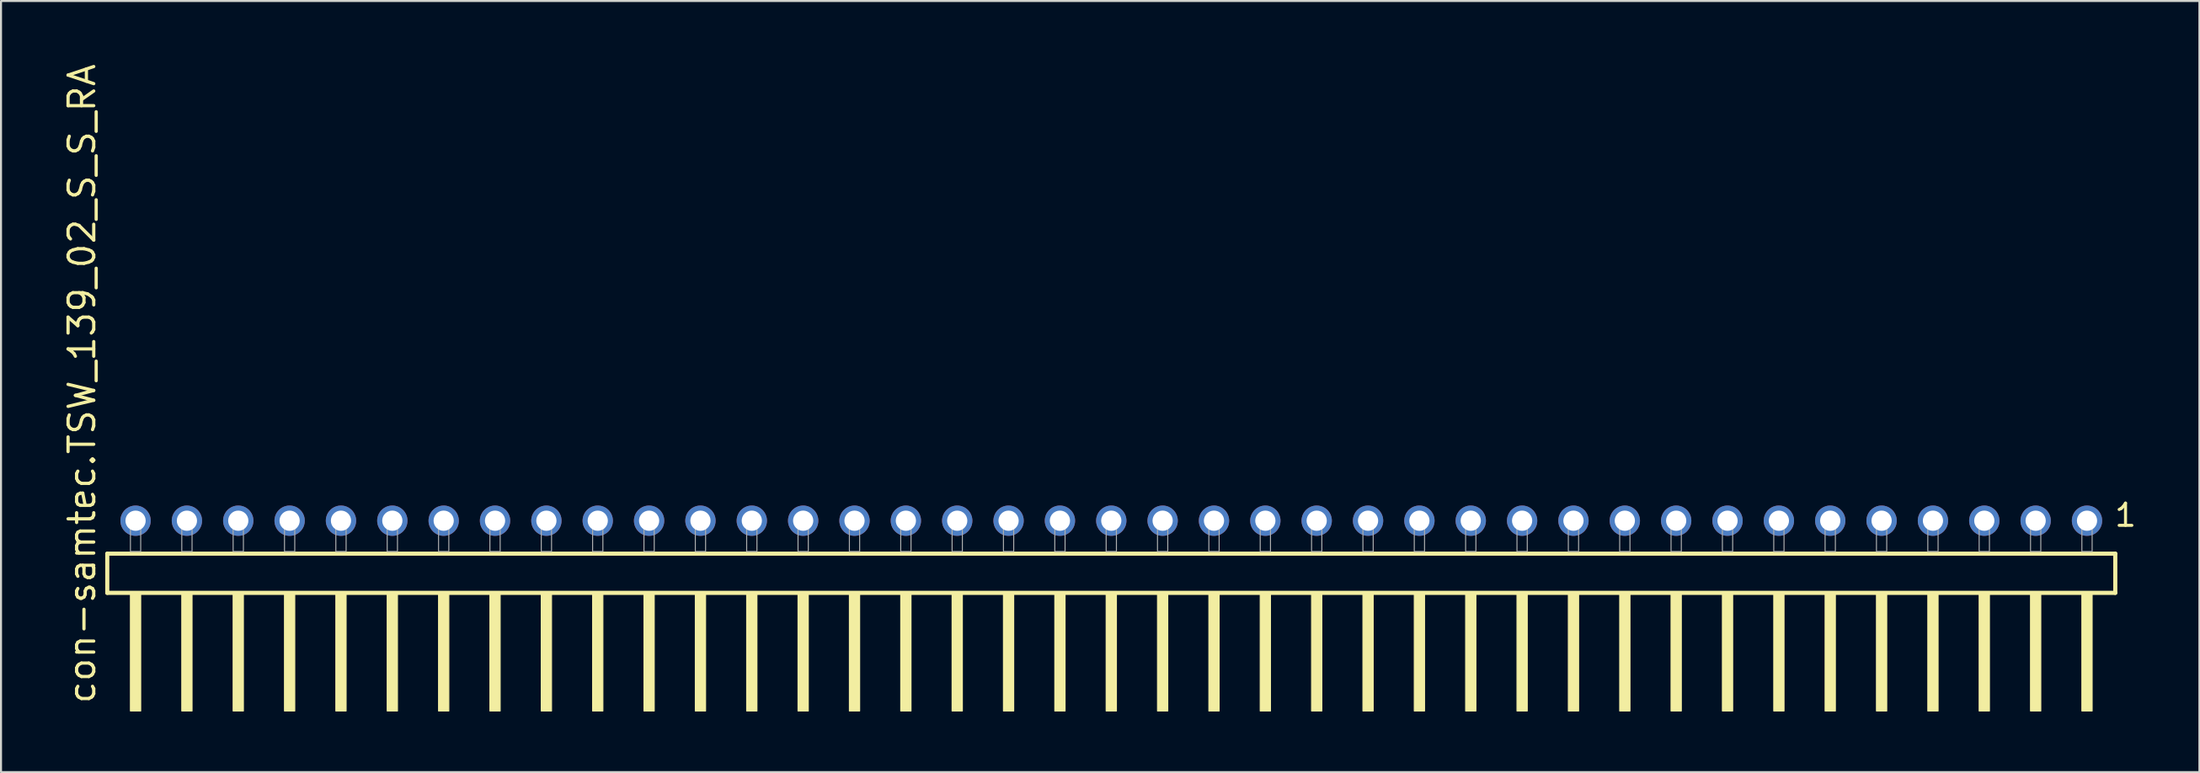
<source format=kicad_pcb>
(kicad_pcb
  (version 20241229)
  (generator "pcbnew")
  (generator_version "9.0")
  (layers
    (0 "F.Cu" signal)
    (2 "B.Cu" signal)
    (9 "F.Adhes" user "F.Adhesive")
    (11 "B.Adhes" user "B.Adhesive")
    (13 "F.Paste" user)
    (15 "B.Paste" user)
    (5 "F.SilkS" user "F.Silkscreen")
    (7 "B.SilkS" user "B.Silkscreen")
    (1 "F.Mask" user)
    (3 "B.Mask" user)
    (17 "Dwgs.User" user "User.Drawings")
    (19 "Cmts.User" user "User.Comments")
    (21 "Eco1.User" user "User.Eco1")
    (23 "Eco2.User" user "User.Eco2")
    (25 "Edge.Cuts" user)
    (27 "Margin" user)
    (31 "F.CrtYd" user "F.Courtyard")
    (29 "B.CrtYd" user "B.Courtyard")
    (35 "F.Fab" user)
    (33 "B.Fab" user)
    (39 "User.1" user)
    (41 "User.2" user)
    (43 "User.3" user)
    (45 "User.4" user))
  (footprint "con-samtec.TSW_139_02_S_S_RA"
    (layer "F.Cu")
    (at 51.915 24.235)
    (property "Reference" "con-samtec.TSW_139_02_S_S_RA" (at -50.165 7.62 90) (layer "F.SilkS") (effects (font (size 1.27 1.27) (thickness 0.16)) (justify left bottom)))
    (attr through_hole)
    (fp_line (start -49.659 0.106) (end -49.659 2.046) (stroke (width 0.203) (type default)) (layer "F.SilkS"))
    (fp_line (start -49.659 2.046) (end 49.659 2.046) (stroke (width 0.203) (type default)) (layer "F.SilkS"))
    (fp_line (start 49.659 0.106) (end -49.659 0.106) (stroke (width 0.203) (type default)) (layer "F.SilkS"))
    (fp_line (start 49.659 2.046) (end 49.659 0.106) (stroke (width 0.203) (type default)) (layer "F.SilkS"))
    (fp_rect (start -48.514 7.89) (end -48.006 2.04) (stroke (width 0.05) (type default)) (fill yes) (layer "F.SilkS"))
    (fp_rect (start -45.974 7.89) (end -45.466 2.04) (stroke (width 0.05) (type default)) (fill yes) (layer "F.SilkS"))
    (fp_rect (start -43.434 7.89) (end -42.926 2.04) (stroke (width 0.05) (type default)) (fill yes) (layer "F.SilkS"))
    (fp_rect (start -40.894 7.89) (end -40.386 2.04) (stroke (width 0.05) (type default)) (fill yes) (layer "F.SilkS"))
    (fp_rect (start -38.354 7.89) (end -37.846 2.04) (stroke (width 0.05) (type default)) (fill yes) (layer "F.SilkS"))
    (fp_rect (start -35.814 7.89) (end -35.306 2.04) (stroke (width 0.05) (type default)) (fill yes) (layer "F.SilkS"))
    (fp_rect (start -33.274 7.89) (end -32.766 2.04) (stroke (width 0.05) (type default)) (fill yes) (layer "F.SilkS"))
    (fp_rect (start -30.734 7.89) (end -30.226 2.04) (stroke (width 0.05) (type default)) (fill yes) (layer "F.SilkS"))
    (fp_rect (start -28.194 7.89) (end -27.686 2.04) (stroke (width 0.05) (type default)) (fill yes) (layer "F.SilkS"))
    (fp_rect (start -25.654 7.89) (end -25.146 2.04) (stroke (width 0.05) (type default)) (fill yes) (layer "F.SilkS"))
    (fp_rect (start -23.114 7.89) (end -22.606 2.04) (stroke (width 0.05) (type default)) (fill yes) (layer "F.SilkS"))
    (fp_rect (start -20.574 7.89) (end -20.066 2.04) (stroke (width 0.05) (type default)) (fill yes) (layer "F.SilkS"))
    (fp_rect (start -18.034 7.89) (end -17.526 2.04) (stroke (width 0.05) (type default)) (fill yes) (layer "F.SilkS"))
    (fp_rect (start -15.494 7.89) (end -14.986 2.04) (stroke (width 0.05) (type default)) (fill yes) (layer "F.SilkS"))
    (fp_rect (start -12.954 7.89) (end -12.446 2.04) (stroke (width 0.05) (type default)) (fill yes) (layer "F.SilkS"))
    (fp_rect (start -10.414 7.89) (end -9.906 2.04) (stroke (width 0.05) (type default)) (fill yes) (layer "F.SilkS"))
    (fp_rect (start -7.874 7.89) (end -7.366 2.04) (stroke (width 0.05) (type default)) (fill yes) (layer "F.SilkS"))
    (fp_rect (start -5.334 7.89) (end -4.826 2.04) (stroke (width 0.05) (type default)) (fill yes) (layer "F.SilkS"))
    (fp_rect (start -2.794 7.89) (end -2.286 2.04) (stroke (width 0.05) (type default)) (fill yes) (layer "F.SilkS"))
    (fp_rect (start -0.254 7.89) (end 0.254 2.04) (stroke (width 0.05) (type default)) (fill yes) (layer "F.SilkS"))
    (fp_rect (start 2.286 7.89) (end 2.794 2.04) (stroke (width 0.05) (type default)) (fill yes) (layer "F.SilkS"))
    (fp_rect (start 4.826 7.89) (end 5.334 2.04) (stroke (width 0.05) (type default)) (fill yes) (layer "F.SilkS"))
    (fp_rect (start 7.366 7.89) (end 7.874 2.04) (stroke (width 0.05) (type default)) (fill yes) (layer "F.SilkS"))
    (fp_rect (start 9.906 7.89) (end 10.414 2.04) (stroke (width 0.05) (type default)) (fill yes) (layer "F.SilkS"))
    (fp_rect (start 12.446 7.89) (end 12.954 2.04) (stroke (width 0.05) (type default)) (fill yes) (layer "F.SilkS"))
    (fp_rect (start 14.986 7.89) (end 15.494 2.04) (stroke (width 0.05) (type default)) (fill yes) (layer "F.SilkS"))
    (fp_rect (start 17.526 7.89) (end 18.034 2.04) (stroke (width 0.05) (type default)) (fill yes) (layer "F.SilkS"))
    (fp_rect (start 20.066 7.89) (end 20.574 2.04) (stroke (width 0.05) (type default)) (fill yes) (layer "F.SilkS"))
    (fp_rect (start 22.606 7.89) (end 23.114 2.04) (stroke (width 0.05) (type default)) (fill yes) (layer "F.SilkS"))
    (fp_rect (start 25.146 7.89) (end 25.654 2.04) (stroke (width 0.05) (type default)) (fill yes) (layer "F.SilkS"))
    (fp_rect (start 27.686 7.89) (end 28.194 2.04) (stroke (width 0.05) (type default)) (fill yes) (layer "F.SilkS"))
    (fp_rect (start 30.226 7.89) (end 30.734 2.04) (stroke (width 0.05) (type default)) (fill yes) (layer "F.SilkS"))
    (fp_rect (start 32.766 7.89) (end 33.274 2.04) (stroke (width 0.05) (type default)) (fill yes) (layer "F.SilkS"))
    (fp_rect (start 35.306 7.89) (end 35.814 2.04) (stroke (width 0.05) (type default)) (fill yes) (layer "F.SilkS"))
    (fp_rect (start 37.846 7.89) (end 38.354 2.04) (stroke (width 0.05) (type default)) (fill yes) (layer "F.SilkS"))
    (fp_rect (start 40.386 7.89) (end 40.894 2.04) (stroke (width 0.05) (type default)) (fill yes) (layer "F.SilkS"))
    (fp_rect (start 42.926 7.89) (end 43.434 2.04) (stroke (width 0.05) (type default)) (fill yes) (layer "F.SilkS"))
    (fp_rect (start 45.466 7.89) (end 45.974 2.04) (stroke (width 0.05) (type default)) (fill yes) (layer "F.SilkS"))
    (fp_rect (start 48.006 7.89) (end 48.514 2.04) (stroke (width 0.05) (type default)) (fill yes) (layer "F.SilkS"))
    (fp_rect (start -48.514 0) (end -48.006 -1.778) (stroke (width 0.05) (type default)) (fill no) (layer "F.Fab"))
    (fp_rect (start -45.974 0) (end -45.466 -1.778) (stroke (width 0.05) (type default)) (fill no) (layer "F.Fab"))
    (fp_rect (start -43.434 0) (end -42.926 -1.778) (stroke (width 0.05) (type default)) (fill no) (layer "F.Fab"))
    (fp_rect (start -40.894 0) (end -40.386 -1.778) (stroke (width 0.05) (type default)) (fill no) (layer "F.Fab"))
    (fp_rect (start -38.354 0) (end -37.846 -1.778) (stroke (width 0.05) (type default)) (fill no) (layer "F.Fab"))
    (fp_rect (start -35.814 0) (end -35.306 -1.778) (stroke (width 0.05) (type default)) (fill no) (layer "F.Fab"))
    (fp_rect (start -33.274 0) (end -32.766 -1.778) (stroke (width 0.05) (type default)) (fill no) (layer "F.Fab"))
    (fp_rect (start -30.734 0) (end -30.226 -1.778) (stroke (width 0.05) (type default)) (fill no) (layer "F.Fab"))
    (fp_rect (start -28.194 0) (end -27.686 -1.778) (stroke (width 0.05) (type default)) (fill no) (layer "F.Fab"))
    (fp_rect (start -25.654 0) (end -25.146 -1.778) (stroke (width 0.05) (type default)) (fill no) (layer "F.Fab"))
    (fp_rect (start -23.114 0) (end -22.606 -1.778) (stroke (width 0.05) (type default)) (fill no) (layer "F.Fab"))
    (fp_rect (start -20.574 0) (end -20.066 -1.778) (stroke (width 0.05) (type default)) (fill no) (layer "F.Fab"))
    (fp_rect (start -18.034 0) (end -17.526 -1.778) (stroke (width 0.05) (type default)) (fill no) (layer "F.Fab"))
    (fp_rect (start -15.494 0) (end -14.986 -1.778) (stroke (width 0.05) (type default)) (fill no) (layer "F.Fab"))
    (fp_rect (start -12.954 0) (end -12.446 -1.778) (stroke (width 0.05) (type default)) (fill no) (layer "F.Fab"))
    (fp_rect (start -10.414 0) (end -9.906 -1.778) (stroke (width 0.05) (type default)) (fill no) (layer "F.Fab"))
    (fp_rect (start -7.874 0) (end -7.366 -1.778) (stroke (width 0.05) (type default)) (fill no) (layer "F.Fab"))
    (fp_rect (start -5.334 0) (end -4.826 -1.778) (stroke (width 0.05) (type default)) (fill no) (layer "F.Fab"))
    (fp_rect (start -2.794 0) (end -2.286 -1.778) (stroke (width 0.05) (type default)) (fill no) (layer "F.Fab"))
    (fp_rect (start -0.254 0) (end 0.254 -1.778) (stroke (width 0.05) (type default)) (fill no) (layer "F.Fab"))
    (fp_rect (start 2.286 0) (end 2.794 -1.778) (stroke (width 0.05) (type default)) (fill no) (layer "F.Fab"))
    (fp_rect (start 4.826 0) (end 5.334 -1.778) (stroke (width 0.05) (type default)) (fill no) (layer "F.Fab"))
    (fp_rect (start 7.366 0) (end 7.874 -1.778) (stroke (width 0.05) (type default)) (fill no) (layer "F.Fab"))
    (fp_rect (start 9.906 0) (end 10.414 -1.778) (stroke (width 0.05) (type default)) (fill no) (layer "F.Fab"))
    (fp_rect (start 12.446 0) (end 12.954 -1.778) (stroke (width 0.05) (type default)) (fill no) (layer "F.Fab"))
    (fp_rect (start 14.986 0) (end 15.494 -1.778) (stroke (width 0.05) (type default)) (fill no) (layer "F.Fab"))
    (fp_rect (start 17.526 0) (end 18.034 -1.778) (stroke (width 0.05) (type default)) (fill no) (layer "F.Fab"))
    (fp_rect (start 20.066 0) (end 20.574 -1.778) (stroke (width 0.05) (type default)) (fill no) (layer "F.Fab"))
    (fp_rect (start 22.606 0) (end 23.114 -1.778) (stroke (width 0.05) (type default)) (fill no) (layer "F.Fab"))
    (fp_rect (start 25.146 0) (end 25.654 -1.778) (stroke (width 0.05) (type default)) (fill no) (layer "F.Fab"))
    (fp_rect (start 27.686 0) (end 28.194 -1.778) (stroke (width 0.05) (type default)) (fill no) (layer "F.Fab"))
    (fp_rect (start 30.226 0) (end 30.734 -1.778) (stroke (width 0.05) (type default)) (fill no) (layer "F.Fab"))
    (fp_rect (start 32.766 0) (end 33.274 -1.778) (stroke (width 0.05) (type default)) (fill no) (layer "F.Fab"))
    (fp_rect (start 35.306 0) (end 35.814 -1.778) (stroke (width 0.05) (type default)) (fill no) (layer "F.Fab"))
    (fp_rect (start 37.846 0) (end 38.354 -1.778) (stroke (width 0.05) (type default)) (fill no) (layer "F.Fab"))
    (fp_rect (start 40.386 0) (end 40.894 -1.778) (stroke (width 0.05) (type default)) (fill no) (layer "F.Fab"))
    (fp_rect (start 42.926 0) (end 43.434 -1.778) (stroke (width 0.05) (type default)) (fill no) (layer "F.Fab"))
    (fp_rect (start 45.466 0) (end 45.974 -1.778) (stroke (width 0.05) (type default)) (fill no) (layer "F.Fab"))
    (fp_rect (start 48.006 0) (end 48.514 -1.778) (stroke (width 0.05) (type default)) (fill no) (layer "F.Fab"))
    (fp_text user "1" (at 49.542 -1.152 0) (layer "F.SilkS") (effects (font (size 1.1 1.1) (thickness 0.15)) (justify left bottom)))
    (pad "1" thru_hole circle (at 48.26 -1.524 180) (size 1.5 1.5) (drill 1) (layers "*.Cu" "*.Mask"))
    (pad "2" thru_hole circle (at 45.72 -1.524 180) (size 1.5 1.5) (drill 1) (layers "*.Cu" "*.Mask"))
    (pad "3" thru_hole circle (at 43.18 -1.524 180) (size 1.5 1.5) (drill 1) (layers "*.Cu" "*.Mask"))
    (pad "4" thru_hole circle (at 40.64 -1.524 180) (size 1.5 1.5) (drill 1) (layers "*.Cu" "*.Mask"))
    (pad "5" thru_hole circle (at 38.1 -1.524 180) (size 1.5 1.5) (drill 1) (layers "*.Cu" "*.Mask"))
    (pad "6" thru_hole circle (at 35.56 -1.524 180) (size 1.5 1.5) (drill 1) (layers "*.Cu" "*.Mask"))
    (pad "7" thru_hole circle (at 33.02 -1.524 180) (size 1.5 1.5) (drill 1) (layers "*.Cu" "*.Mask"))
    (pad "8" thru_hole circle (at 30.48 -1.524 180) (size 1.5 1.5) (drill 1) (layers "*.Cu" "*.Mask"))
    (pad "9" thru_hole circle (at 27.94 -1.524 180) (size 1.5 1.5) (drill 1) (layers "*.Cu" "*.Mask"))
    (pad "10" thru_hole circle (at 25.4 -1.524 180) (size 1.5 1.5) (drill 1) (layers "*.Cu" "*.Mask"))
    (pad "11" thru_hole circle (at 22.86 -1.524 180) (size 1.5 1.5) (drill 1) (layers "*.Cu" "*.Mask"))
    (pad "12" thru_hole circle (at 20.32 -1.524 180) (size 1.5 1.5) (drill 1) (layers "*.Cu" "*.Mask"))
    (pad "13" thru_hole circle (at 17.78 -1.524 180) (size 1.5 1.5) (drill 1) (layers "*.Cu" "*.Mask"))
    (pad "14" thru_hole circle (at 15.24 -1.524 180) (size 1.5 1.5) (drill 1) (layers "*.Cu" "*.Mask"))
    (pad "15" thru_hole circle (at 12.7 -1.524 180) (size 1.5 1.5) (drill 1) (layers "*.Cu" "*.Mask"))
    (pad "16" thru_hole circle (at 10.16 -1.524 180) (size 1.5 1.5) (drill 1) (layers "*.Cu" "*.Mask"))
    (pad "17" thru_hole circle (at 7.62 -1.524 180) (size 1.5 1.5) (drill 1) (layers "*.Cu" "*.Mask"))
    (pad "18" thru_hole circle (at 5.08 -1.524 180) (size 1.5 1.5) (drill 1) (layers "*.Cu" "*.Mask"))
    (pad "19" thru_hole circle (at 2.54 -1.524 180) (size 1.5 1.5) (drill 1) (layers "*.Cu" "*.Mask"))
    (pad "20" thru_hole circle (at 0 -1.524 180) (size 1.5 1.5) (drill 1) (layers "*.Cu" "*.Mask"))
    (pad "21" thru_hole circle (at -2.54 -1.524 180) (size 1.5 1.5) (drill 1) (layers "*.Cu" "*.Mask"))
    (pad "22" thru_hole circle (at -5.08 -1.524 180) (size 1.5 1.5) (drill 1) (layers "*.Cu" "*.Mask"))
    (pad "23" thru_hole circle (at -7.62 -1.524 180) (size 1.5 1.5) (drill 1) (layers "*.Cu" "*.Mask"))
    (pad "24" thru_hole circle (at -10.16 -1.524 180) (size 1.5 1.5) (drill 1) (layers "*.Cu" "*.Mask"))
    (pad "25" thru_hole circle (at -12.7 -1.524 180) (size 1.5 1.5) (drill 1) (layers "*.Cu" "*.Mask"))
    (pad "26" thru_hole circle (at -15.24 -1.524 180) (size 1.5 1.5) (drill 1) (layers "*.Cu" "*.Mask"))
    (pad "27" thru_hole circle (at -17.78 -1.524 180) (size 1.5 1.5) (drill 1) (layers "*.Cu" "*.Mask"))
    (pad "28" thru_hole circle (at -20.32 -1.524 180) (size 1.5 1.5) (drill 1) (layers "*.Cu" "*.Mask"))
    (pad "29" thru_hole circle (at -22.86 -1.524 180) (size 1.5 1.5) (drill 1) (layers "*.Cu" "*.Mask"))
    (pad "30" thru_hole circle (at -25.4 -1.524 180) (size 1.5 1.5) (drill 1) (layers "*.Cu" "*.Mask"))
    (pad "31" thru_hole circle (at -27.94 -1.524 180) (size 1.5 1.5) (drill 1) (layers "*.Cu" "*.Mask"))
    (pad "32" thru_hole circle (at -30.48 -1.524 180) (size 1.5 1.5) (drill 1) (layers "*.Cu" "*.Mask"))
    (pad "33" thru_hole circle (at -33.02 -1.524 180) (size 1.5 1.5) (drill 1) (layers "*.Cu" "*.Mask"))
    (pad "34" thru_hole circle (at -35.56 -1.524 180) (size 1.5 1.5) (drill 1) (layers "*.Cu" "*.Mask"))
    (pad "35" thru_hole circle (at -38.1 -1.524 180) (size 1.5 1.5) (drill 1) (layers "*.Cu" "*.Mask"))
    (pad "36" thru_hole circle (at -40.64 -1.524 180) (size 1.5 1.5) (drill 1) (layers "*.Cu" "*.Mask"))
    (pad "37" thru_hole circle (at -43.18 -1.524 180) (size 1.5 1.5) (drill 1) (layers "*.Cu" "*.Mask"))
    (pad "38" thru_hole circle (at -45.72 -1.524 180) (size 1.5 1.5) (drill 1) (layers "*.Cu" "*.Mask"))
    (pad "39" thru_hole circle (at -48.26 -1.524 180) (size 1.5 1.5) (drill 1) (layers "*.Cu" "*.Mask")))
  (gr_rect
    (start -3 -3)
    (end 105.735 35.15)
    (stroke (width 0.1) (type default))
    (fill no)
    (layer "Edge.Cuts")))
</source>
